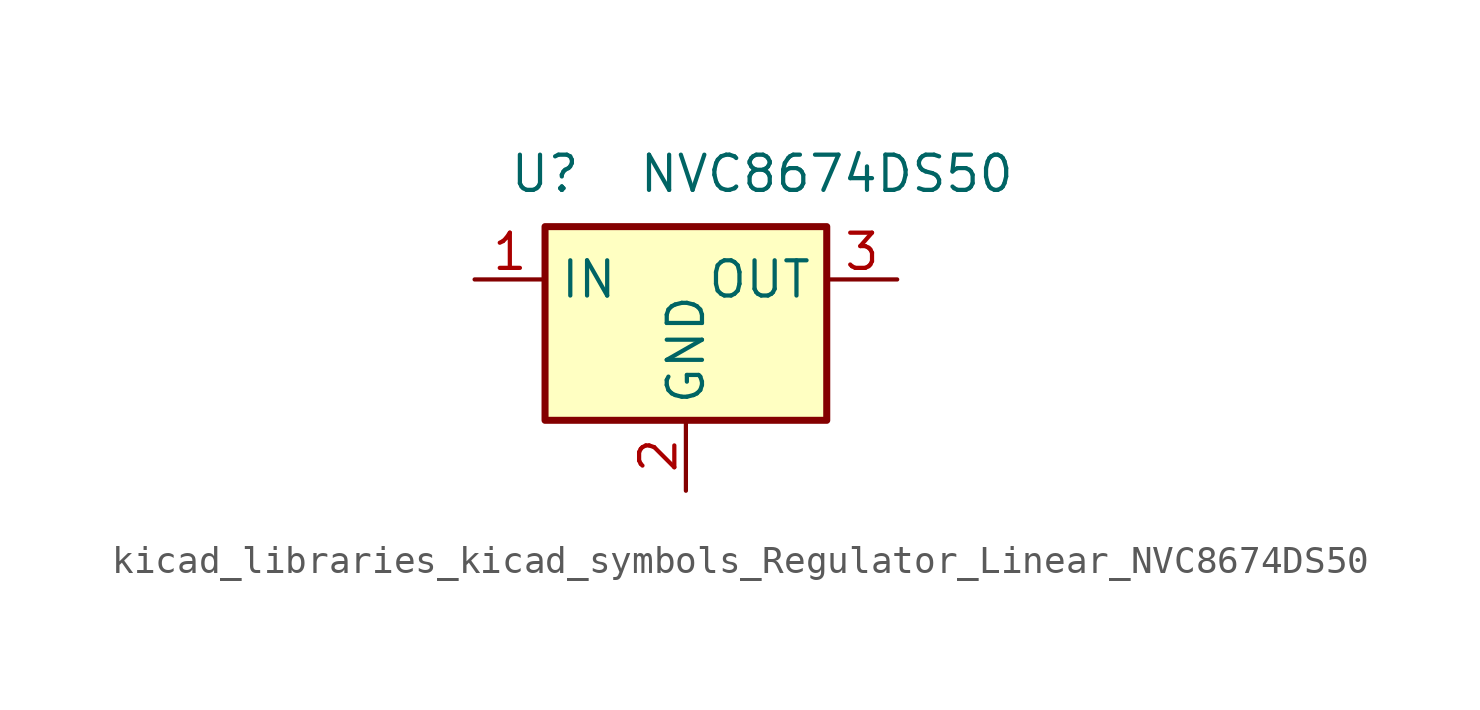
<source format=kicad_sym>
(kicad_symbol_lib
  (version 20220914)
  (generator kicad_symbol_editor)
  (symbol "kicad_libraries_kicad_symbols_Regulator_Linear_NVC8674DS50"
    (property "Reference" "U"
      (at -5.08 3.81 0)
      (effects (font (size 1.27 1.27))))
    (property "Value" "NVC8674DS50"
      (at 5.08 3.81 0)
      (effects (font (size 1.27 1.27))))
    (symbol "kicad_libraries_kicad_symbols_Regulator_Linear_NVC8674DS50_1_1"
      (rectangle (start -5.08 1.905) (end 5.08 -5.08) (stroke (width 0.254) (type default)) (fill (type background)))
      (pin power_in line (at -7.62 0 0) (length 2.54) (name "IN" (effects (font (size 1.27 1.27)))) (number "1" (effects (font (size 1.27 1.27)))))
      (pin power_in line (at 0 -7.62 90) (length 2.54) (name "GND" (effects (font (size 1.27 1.27)))) (number "2" (effects (font (size 1.27 1.27)))))
      (pin power_out line (at 7.62 0 180) (length 2.54) (name "OUT" (effects (font (size 1.27 1.27)))) (number "3" (effects (font (size 1.27 1.27))))))))
</source>
